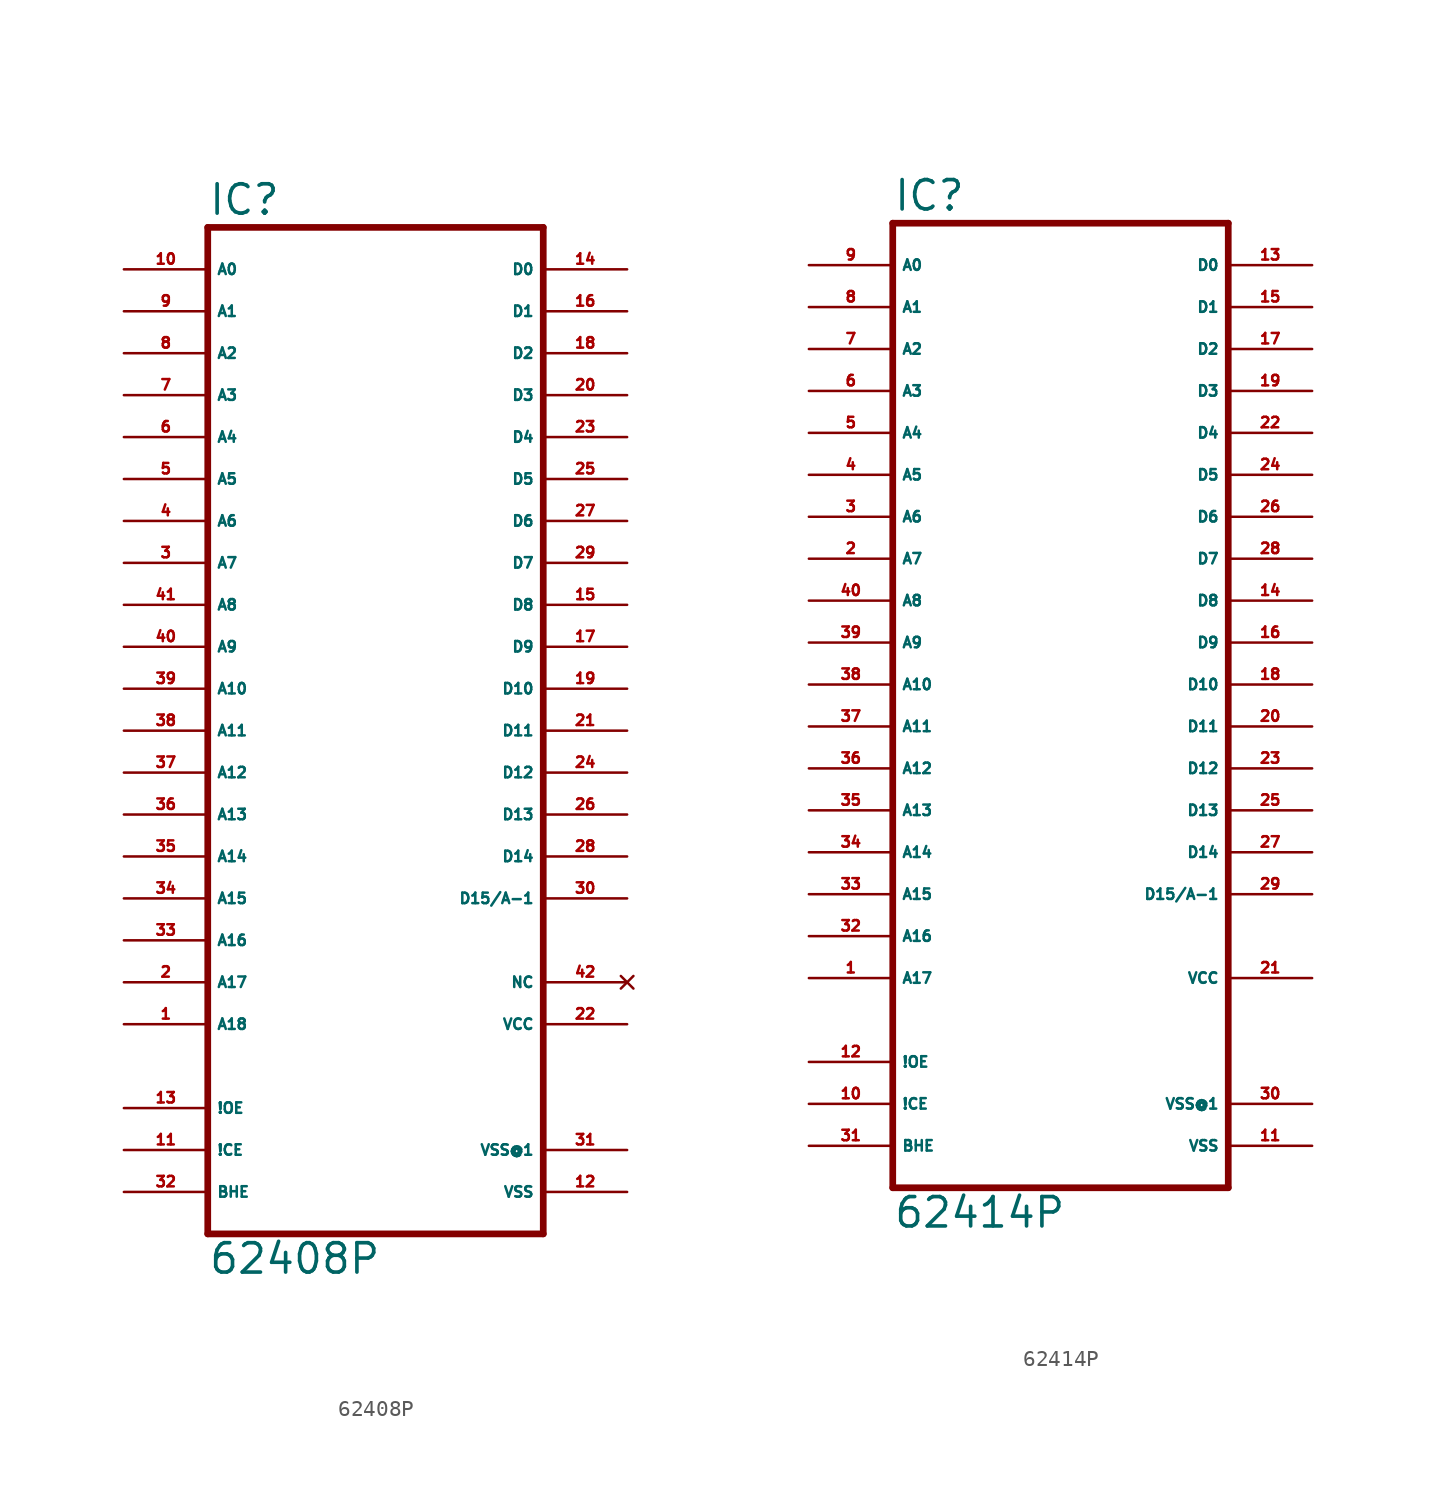
<source format=kicad_sym>
(kicad_symbol_lib
  (version 20220914)
  (generator Eagle2Kicad)
  (symbol "62408P"
    (property "Reference" "IC"
      (at -10.16 28.575 0)
      (effects (font (size 1.778 1.778) (thickness 0.22)) (justify left bottom)))
    (property "Value" "62408P"
      (at -10.16 -35.56 0)
      (effects (font (size 1.778 1.778) (thickness 0.22)) (justify left bottom)))
    (polyline
      (pts (xy -10.16 -33.02) (xy 10.16 -33.02))
      (stroke (width 0.406) (type default))
      (fill (type none)))
    (polyline
      (pts (xy 10.16 27.94) (xy 10.16 -33.02))
      (stroke (width 0.406) (type default))
      (fill (type none)))
    (polyline
      (pts (xy 10.16 27.94) (xy -10.16 27.94))
      (stroke (width 0.406) (type default))
      (fill (type none)))
    (polyline
      (pts (xy -10.16 -33.02) (xy -10.16 27.94))
      (stroke (width 0.406) (type default))
      (fill (type none)))
    (pin input line
      (at -15.24 25.4 0)
      (length 5.08)
      (name "A0" (effects (font (size 0.635 0.635) (thickness 0.08)) (justify left bottom)))
      (number "10" (effects (font (size 0.635 0.635) (thickness 0.08)) (justify left bottom))))
    (pin input line
      (at -15.24 22.86 0)
      (length 5.08)
      (name "A1" (effects (font (size 0.635 0.635) (thickness 0.08)) (justify left bottom)))
      (number "9" (effects (font (size 0.635 0.635) (thickness 0.08)) (justify left bottom))))
    (pin input line
      (at -15.24 20.32 0)
      (length 5.08)
      (name "A2" (effects (font (size 0.635 0.635) (thickness 0.08)) (justify left bottom)))
      (number "8" (effects (font (size 0.635 0.635) (thickness 0.08)) (justify left bottom))))
    (pin input line
      (at -15.24 17.78 0)
      (length 5.08)
      (name "A3" (effects (font (size 0.635 0.635) (thickness 0.08)) (justify left bottom)))
      (number "7" (effects (font (size 0.635 0.635) (thickness 0.08)) (justify left bottom))))
    (pin input line
      (at -15.24 15.24 0)
      (length 5.08)
      (name "A4" (effects (font (size 0.635 0.635) (thickness 0.08)) (justify left bottom)))
      (number "6" (effects (font (size 0.635 0.635) (thickness 0.08)) (justify left bottom))))
    (pin input line
      (at -15.24 12.7 0)
      (length 5.08)
      (name "A5" (effects (font (size 0.635 0.635) (thickness 0.08)) (justify left bottom)))
      (number "5" (effects (font (size 0.635 0.635) (thickness 0.08)) (justify left bottom))))
    (pin input line
      (at -15.24 10.16 0)
      (length 5.08)
      (name "A6" (effects (font (size 0.635 0.635) (thickness 0.08)) (justify left bottom)))
      (number "4" (effects (font (size 0.635 0.635) (thickness 0.08)) (justify left bottom))))
    (pin input line
      (at -15.24 7.62 0)
      (length 5.08)
      (name "A7" (effects (font (size 0.635 0.635) (thickness 0.08)) (justify left bottom)))
      (number "3" (effects (font (size 0.635 0.635) (thickness 0.08)) (justify left bottom))))
    (pin input line
      (at -15.24 5.08 0)
      (length 5.08)
      (name "A8" (effects (font (size 0.635 0.635) (thickness 0.08)) (justify left bottom)))
      (number "41" (effects (font (size 0.635 0.635) (thickness 0.08)) (justify left bottom))))
    (pin input line
      (at -15.24 2.54 0)
      (length 5.08)
      (name "A9" (effects (font (size 0.635 0.635) (thickness 0.08)) (justify left bottom)))
      (number "40" (effects (font (size 0.635 0.635) (thickness 0.08)) (justify left bottom))))
    (pin input line
      (at -15.24 0 0)
      (length 5.08)
      (name "A10" (effects (font (size 0.635 0.635) (thickness 0.08)) (justify left bottom)))
      (number "39" (effects (font (size 0.635 0.635) (thickness 0.08)) (justify left bottom))))
    (pin input line
      (at -15.24 -2.54 0)
      (length 5.08)
      (name "A11" (effects (font (size 0.635 0.635) (thickness 0.08)) (justify left bottom)))
      (number "38" (effects (font (size 0.635 0.635) (thickness 0.08)) (justify left bottom))))
    (pin input line
      (at -15.24 -5.08 0)
      (length 5.08)
      (name "A12" (effects (font (size 0.635 0.635) (thickness 0.08)) (justify left bottom)))
      (number "37" (effects (font (size 0.635 0.635) (thickness 0.08)) (justify left bottom))))
    (pin input line
      (at -15.24 -7.62 0)
      (length 5.08)
      (name "A13" (effects (font (size 0.635 0.635) (thickness 0.08)) (justify left bottom)))
      (number "36" (effects (font (size 0.635 0.635) (thickness 0.08)) (justify left bottom))))
    (pin input line
      (at -15.24 -10.16 0)
      (length 5.08)
      (name "A14" (effects (font (size 0.635 0.635) (thickness 0.08)) (justify left bottom)))
      (number "35" (effects (font (size 0.635 0.635) (thickness 0.08)) (justify left bottom))))
    (pin input line
      (at -15.24 -12.7 0)
      (length 5.08)
      (name "A15" (effects (font (size 0.635 0.635) (thickness 0.08)) (justify left bottom)))
      (number "34" (effects (font (size 0.635 0.635) (thickness 0.08)) (justify left bottom))))
    (pin input line
      (at -15.24 -15.24 0)
      (length 5.08)
      (name "A16" (effects (font (size 0.635 0.635) (thickness 0.08)) (justify left bottom)))
      (number "33" (effects (font (size 0.635 0.635) (thickness 0.08)) (justify left bottom))))
    (pin input line
      (at -15.24 -17.78 0)
      (length 5.08)
      (name "A17" (effects (font (size 0.635 0.635) (thickness 0.08)) (justify left bottom)))
      (number "2" (effects (font (size 0.635 0.635) (thickness 0.08)) (justify left bottom))))
    (pin input line
      (at -15.24 -20.32 0)
      (length 5.08)
      (name "A18" (effects (font (size 0.635 0.635) (thickness 0.08)) (justify left bottom)))
      (number "1" (effects (font (size 0.635 0.635) (thickness 0.08)) (justify left bottom))))
    (pin input line
      (at -15.24 -25.4 0)
      (length 5.08)
      (name "!OE" (effects (font (size 0.635 0.635) (thickness 0.08)) (justify left bottom)))
      (number "13" (effects (font (size 0.635 0.635) (thickness 0.08)) (justify left bottom))))
    (pin input line
      (at -15.24 -27.94 0)
      (length 5.08)
      (name "!CE" (effects (font (size 0.635 0.635) (thickness 0.08)) (justify left bottom)))
      (number "11" (effects (font (size 0.635 0.635) (thickness 0.08)) (justify left bottom))))
    (pin input line
      (at -15.24 -30.48 0)
      (length 5.08)
      (name "BHE" (effects (font (size 0.635 0.635) (thickness 0.08)) (justify left bottom)))
      (number "32" (effects (font (size 0.635 0.635) (thickness 0.08)) (justify left bottom))))
    (pin tri_state line
      (at 15.24 25.4 180)
      (length 5.08)
      (name "D0" (effects (font (size 0.635 0.635) (thickness 0.08)) (justify left bottom)))
      (number "14" (effects (font (size 0.635 0.635) (thickness 0.08)) (justify left bottom))))
    (pin tri_state line
      (at 15.24 22.86 180)
      (length 5.08)
      (name "D1" (effects (font (size 0.635 0.635) (thickness 0.08)) (justify left bottom)))
      (number "16" (effects (font (size 0.635 0.635) (thickness 0.08)) (justify left bottom))))
    (pin tri_state line
      (at 15.24 20.32 180)
      (length 5.08)
      (name "D2" (effects (font (size 0.635 0.635) (thickness 0.08)) (justify left bottom)))
      (number "18" (effects (font (size 0.635 0.635) (thickness 0.08)) (justify left bottom))))
    (pin tri_state line
      (at 15.24 17.78 180)
      (length 5.08)
      (name "D3" (effects (font (size 0.635 0.635) (thickness 0.08)) (justify left bottom)))
      (number "20" (effects (font (size 0.635 0.635) (thickness 0.08)) (justify left bottom))))
    (pin tri_state line
      (at 15.24 15.24 180)
      (length 5.08)
      (name "D4" (effects (font (size 0.635 0.635) (thickness 0.08)) (justify left bottom)))
      (number "23" (effects (font (size 0.635 0.635) (thickness 0.08)) (justify left bottom))))
    (pin tri_state line
      (at 15.24 12.7 180)
      (length 5.08)
      (name "D5" (effects (font (size 0.635 0.635) (thickness 0.08)) (justify left bottom)))
      (number "25" (effects (font (size 0.635 0.635) (thickness 0.08)) (justify left bottom))))
    (pin tri_state line
      (at 15.24 10.16 180)
      (length 5.08)
      (name "D6" (effects (font (size 0.635 0.635) (thickness 0.08)) (justify left bottom)))
      (number "27" (effects (font (size 0.635 0.635) (thickness 0.08)) (justify left bottom))))
    (pin tri_state line
      (at 15.24 7.62 180)
      (length 5.08)
      (name "D7" (effects (font (size 0.635 0.635) (thickness 0.08)) (justify left bottom)))
      (number "29" (effects (font (size 0.635 0.635) (thickness 0.08)) (justify left bottom))))
    (pin tri_state line
      (at 15.24 5.08 180)
      (length 5.08)
      (name "D8" (effects (font (size 0.635 0.635) (thickness 0.08)) (justify left bottom)))
      (number "15" (effects (font (size 0.635 0.635) (thickness 0.08)) (justify left bottom))))
    (pin tri_state line
      (at 15.24 2.54 180)
      (length 5.08)
      (name "D9" (effects (font (size 0.635 0.635) (thickness 0.08)) (justify left bottom)))
      (number "17" (effects (font (size 0.635 0.635) (thickness 0.08)) (justify left bottom))))
    (pin tri_state line
      (at 15.24 0 180)
      (length 5.08)
      (name "D10" (effects (font (size 0.635 0.635) (thickness 0.08)) (justify left bottom)))
      (number "19" (effects (font (size 0.635 0.635) (thickness 0.08)) (justify left bottom))))
    (pin tri_state line
      (at 15.24 -2.54 180)
      (length 5.08)
      (name "D11" (effects (font (size 0.635 0.635) (thickness 0.08)) (justify left bottom)))
      (number "21" (effects (font (size 0.635 0.635) (thickness 0.08)) (justify left bottom))))
    (pin tri_state line
      (at 15.24 -5.08 180)
      (length 5.08)
      (name "D12" (effects (font (size 0.635 0.635) (thickness 0.08)) (justify left bottom)))
      (number "24" (effects (font (size 0.635 0.635) (thickness 0.08)) (justify left bottom))))
    (pin tri_state line
      (at 15.24 -7.62 180)
      (length 5.08)
      (name "D13" (effects (font (size 0.635 0.635) (thickness 0.08)) (justify left bottom)))
      (number "26" (effects (font (size 0.635 0.635) (thickness 0.08)) (justify left bottom))))
    (pin tri_state line
      (at 15.24 -10.16 180)
      (length 5.08)
      (name "D14" (effects (font (size 0.635 0.635) (thickness 0.08)) (justify left bottom)))
      (number "28" (effects (font (size 0.635 0.635) (thickness 0.08)) (justify left bottom))))
    (pin no_connect line
      (at 15.24 -17.78 180)
      (length 5.08)
      (name "NC" (effects (font (size 0.635 0.635) (thickness 0.08)) (justify left bottom) hide))
      (number "42" (effects (font (size 0.635 0.635) (thickness 0.08)) (justify left bottom) hide)))
    (pin unspecified line
      (at 15.24 -30.48 180)
      (length 5.08)
      (name "VSS" (effects (font (size 0.635 0.635) (thickness 0.08)) (justify left bottom)))
      (number "12" (effects (font (size 0.635 0.635) (thickness 0.08)) (justify left bottom))))
    (pin unspecified line
      (at 15.24 -20.32 180)
      (length 5.08)
      (name "VCC" (effects (font (size 0.635 0.635) (thickness 0.08)) (justify left bottom)))
      (number "22" (effects (font (size 0.635 0.635) (thickness 0.08)) (justify left bottom))))
    (pin unspecified line
      (at 15.24 -27.94 180)
      (length 5.08)
      (name "VSS@1" (effects (font (size 0.635 0.635) (thickness 0.08)) (justify left bottom)))
      (number "31" (effects (font (size 0.635 0.635) (thickness 0.08)) (justify left bottom))))
    (pin tri_state line
      (at 15.24 -12.7 180)
      (length 5.08)
      (name "D15/A-1" (effects (font (size 0.635 0.635) (thickness 0.08)) (justify left bottom)))
      (number "30" (effects (font (size 0.635 0.635) (thickness 0.08)) (justify left bottom)))))
  (symbol "62414P"
    (property "Reference" "IC"
      (at -10.16 33.655 0)
      (effects (font (size 1.778 1.778) (thickness 0.22)) (justify left bottom)))
    (property "Value" "62414P"
      (at -10.16 -27.94 0)
      (effects (font (size 1.778 1.778) (thickness 0.22)) (justify left bottom)))
    (polyline
      (pts (xy -10.16 -25.4) (xy 10.16 -25.4))
      (stroke (width 0.406) (type default))
      (fill (type none)))
    (polyline
      (pts (xy 10.16 33.02) (xy 10.16 -25.4))
      (stroke (width 0.406) (type default))
      (fill (type none)))
    (polyline
      (pts (xy 10.16 33.02) (xy -10.16 33.02))
      (stroke (width 0.406) (type default))
      (fill (type none)))
    (polyline
      (pts (xy -10.16 -25.4) (xy -10.16 33.02))
      (stroke (width 0.406) (type default))
      (fill (type none)))
    (pin input line
      (at -15.24 30.48 0)
      (length 5.08)
      (name "A0" (effects (font (size 0.635 0.635) (thickness 0.08)) (justify left bottom)))
      (number "9" (effects (font (size 0.635 0.635) (thickness 0.08)) (justify left bottom))))
    (pin input line
      (at -15.24 27.94 0)
      (length 5.08)
      (name "A1" (effects (font (size 0.635 0.635) (thickness 0.08)) (justify left bottom)))
      (number "8" (effects (font (size 0.635 0.635) (thickness 0.08)) (justify left bottom))))
    (pin input line
      (at -15.24 25.4 0)
      (length 5.08)
      (name "A2" (effects (font (size 0.635 0.635) (thickness 0.08)) (justify left bottom)))
      (number "7" (effects (font (size 0.635 0.635) (thickness 0.08)) (justify left bottom))))
    (pin input line
      (at -15.24 22.86 0)
      (length 5.08)
      (name "A3" (effects (font (size 0.635 0.635) (thickness 0.08)) (justify left bottom)))
      (number "6" (effects (font (size 0.635 0.635) (thickness 0.08)) (justify left bottom))))
    (pin input line
      (at -15.24 20.32 0)
      (length 5.08)
      (name "A4" (effects (font (size 0.635 0.635) (thickness 0.08)) (justify left bottom)))
      (number "5" (effects (font (size 0.635 0.635) (thickness 0.08)) (justify left bottom))))
    (pin input line
      (at -15.24 17.78 0)
      (length 5.08)
      (name "A5" (effects (font (size 0.635 0.635) (thickness 0.08)) (justify left bottom)))
      (number "4" (effects (font (size 0.635 0.635) (thickness 0.08)) (justify left bottom))))
    (pin input line
      (at -15.24 15.24 0)
      (length 5.08)
      (name "A6" (effects (font (size 0.635 0.635) (thickness 0.08)) (justify left bottom)))
      (number "3" (effects (font (size 0.635 0.635) (thickness 0.08)) (justify left bottom))))
    (pin input line
      (at -15.24 12.7 0)
      (length 5.08)
      (name "A7" (effects (font (size 0.635 0.635) (thickness 0.08)) (justify left bottom)))
      (number "2" (effects (font (size 0.635 0.635) (thickness 0.08)) (justify left bottom))))
    (pin input line
      (at -15.24 10.16 0)
      (length 5.08)
      (name "A8" (effects (font (size 0.635 0.635) (thickness 0.08)) (justify left bottom)))
      (number "40" (effects (font (size 0.635 0.635) (thickness 0.08)) (justify left bottom))))
    (pin input line
      (at -15.24 7.62 0)
      (length 5.08)
      (name "A9" (effects (font (size 0.635 0.635) (thickness 0.08)) (justify left bottom)))
      (number "39" (effects (font (size 0.635 0.635) (thickness 0.08)) (justify left bottom))))
    (pin input line
      (at -15.24 5.08 0)
      (length 5.08)
      (name "A10" (effects (font (size 0.635 0.635) (thickness 0.08)) (justify left bottom)))
      (number "38" (effects (font (size 0.635 0.635) (thickness 0.08)) (justify left bottom))))
    (pin input line
      (at -15.24 2.54 0)
      (length 5.08)
      (name "A11" (effects (font (size 0.635 0.635) (thickness 0.08)) (justify left bottom)))
      (number "37" (effects (font (size 0.635 0.635) (thickness 0.08)) (justify left bottom))))
    (pin input line
      (at -15.24 0 0)
      (length 5.08)
      (name "A12" (effects (font (size 0.635 0.635) (thickness 0.08)) (justify left bottom)))
      (number "36" (effects (font (size 0.635 0.635) (thickness 0.08)) (justify left bottom))))
    (pin input line
      (at -15.24 -2.54 0)
      (length 5.08)
      (name "A13" (effects (font (size 0.635 0.635) (thickness 0.08)) (justify left bottom)))
      (number "35" (effects (font (size 0.635 0.635) (thickness 0.08)) (justify left bottom))))
    (pin input line
      (at -15.24 -5.08 0)
      (length 5.08)
      (name "A14" (effects (font (size 0.635 0.635) (thickness 0.08)) (justify left bottom)))
      (number "34" (effects (font (size 0.635 0.635) (thickness 0.08)) (justify left bottom))))
    (pin input line
      (at -15.24 -7.62 0)
      (length 5.08)
      (name "A15" (effects (font (size 0.635 0.635) (thickness 0.08)) (justify left bottom)))
      (number "33" (effects (font (size 0.635 0.635) (thickness 0.08)) (justify left bottom))))
    (pin input line
      (at -15.24 -10.16 0)
      (length 5.08)
      (name "A16" (effects (font (size 0.635 0.635) (thickness 0.08)) (justify left bottom)))
      (number "32" (effects (font (size 0.635 0.635) (thickness 0.08)) (justify left bottom))))
    (pin input line
      (at -15.24 -12.7 0)
      (length 5.08)
      (name "A17" (effects (font (size 0.635 0.635) (thickness 0.08)) (justify left bottom)))
      (number "1" (effects (font (size 0.635 0.635) (thickness 0.08)) (justify left bottom))))
    (pin input line
      (at -15.24 -17.78 0)
      (length 5.08)
      (name "!OE" (effects (font (size 0.635 0.635) (thickness 0.08)) (justify left bottom)))
      (number "12" (effects (font (size 0.635 0.635) (thickness 0.08)) (justify left bottom))))
    (pin input line
      (at -15.24 -20.32 0)
      (length 5.08)
      (name "!CE" (effects (font (size 0.635 0.635) (thickness 0.08)) (justify left bottom)))
      (number "10" (effects (font (size 0.635 0.635) (thickness 0.08)) (justify left bottom))))
    (pin input line
      (at -15.24 -22.86 0)
      (length 5.08)
      (name "BHE" (effects (font (size 0.635 0.635) (thickness 0.08)) (justify left bottom)))
      (number "31" (effects (font (size 0.635 0.635) (thickness 0.08)) (justify left bottom))))
    (pin unspecified line
      (at 15.24 -22.86 180)
      (length 5.08)
      (name "VSS" (effects (font (size 0.635 0.635) (thickness 0.08)) (justify left bottom)))
      (number "11" (effects (font (size 0.635 0.635) (thickness 0.08)) (justify left bottom))))
    (pin unspecified line
      (at 15.24 -20.32 180)
      (length 5.08)
      (name "VSS@1" (effects (font (size 0.635 0.635) (thickness 0.08)) (justify left bottom)))
      (number "30" (effects (font (size 0.635 0.635) (thickness 0.08)) (justify left bottom))))
    (pin unspecified line
      (at 15.24 -12.7 180)
      (length 5.08)
      (name "VCC" (effects (font (size 0.635 0.635) (thickness 0.08)) (justify left bottom)))
      (number "21" (effects (font (size 0.635 0.635) (thickness 0.08)) (justify left bottom))))
    (pin tri_state line
      (at 15.24 30.48 180)
      (length 5.08)
      (name "D0" (effects (font (size 0.635 0.635) (thickness 0.08)) (justify left bottom)))
      (number "13" (effects (font (size 0.635 0.635) (thickness 0.08)) (justify left bottom))))
    (pin tri_state line
      (at 15.24 27.94 180)
      (length 5.08)
      (name "D1" (effects (font (size 0.635 0.635) (thickness 0.08)) (justify left bottom)))
      (number "15" (effects (font (size 0.635 0.635) (thickness 0.08)) (justify left bottom))))
    (pin tri_state line
      (at 15.24 25.4 180)
      (length 5.08)
      (name "D2" (effects (font (size 0.635 0.635) (thickness 0.08)) (justify left bottom)))
      (number "17" (effects (font (size 0.635 0.635) (thickness 0.08)) (justify left bottom))))
    (pin tri_state line
      (at 15.24 22.86 180)
      (length 5.08)
      (name "D3" (effects (font (size 0.635 0.635) (thickness 0.08)) (justify left bottom)))
      (number "19" (effects (font (size 0.635 0.635) (thickness 0.08)) (justify left bottom))))
    (pin tri_state line
      (at 15.24 20.32 180)
      (length 5.08)
      (name "D4" (effects (font (size 0.635 0.635) (thickness 0.08)) (justify left bottom)))
      (number "22" (effects (font (size 0.635 0.635) (thickness 0.08)) (justify left bottom))))
    (pin tri_state line
      (at 15.24 17.78 180)
      (length 5.08)
      (name "D5" (effects (font (size 0.635 0.635) (thickness 0.08)) (justify left bottom)))
      (number "24" (effects (font (size 0.635 0.635) (thickness 0.08)) (justify left bottom))))
    (pin tri_state line
      (at 15.24 15.24 180)
      (length 5.08)
      (name "D6" (effects (font (size 0.635 0.635) (thickness 0.08)) (justify left bottom)))
      (number "26" (effects (font (size 0.635 0.635) (thickness 0.08)) (justify left bottom))))
    (pin tri_state line
      (at 15.24 12.7 180)
      (length 5.08)
      (name "D7" (effects (font (size 0.635 0.635) (thickness 0.08)) (justify left bottom)))
      (number "28" (effects (font (size 0.635 0.635) (thickness 0.08)) (justify left bottom))))
    (pin tri_state line
      (at 15.24 10.16 180)
      (length 5.08)
      (name "D8" (effects (font (size 0.635 0.635) (thickness 0.08)) (justify left bottom)))
      (number "14" (effects (font (size 0.635 0.635) (thickness 0.08)) (justify left bottom))))
    (pin tri_state line
      (at 15.24 7.62 180)
      (length 5.08)
      (name "D9" (effects (font (size 0.635 0.635) (thickness 0.08)) (justify left bottom)))
      (number "16" (effects (font (size 0.635 0.635) (thickness 0.08)) (justify left bottom))))
    (pin tri_state line
      (at 15.24 5.08 180)
      (length 5.08)
      (name "D10" (effects (font (size 0.635 0.635) (thickness 0.08)) (justify left bottom)))
      (number "18" (effects (font (size 0.635 0.635) (thickness 0.08)) (justify left bottom))))
    (pin tri_state line
      (at 15.24 2.54 180)
      (length 5.08)
      (name "D11" (effects (font (size 0.635 0.635) (thickness 0.08)) (justify left bottom)))
      (number "20" (effects (font (size 0.635 0.635) (thickness 0.08)) (justify left bottom))))
    (pin tri_state line
      (at 15.24 0 180)
      (length 5.08)
      (name "D12" (effects (font (size 0.635 0.635) (thickness 0.08)) (justify left bottom)))
      (number "23" (effects (font (size 0.635 0.635) (thickness 0.08)) (justify left bottom))))
    (pin tri_state line
      (at 15.24 -2.54 180)
      (length 5.08)
      (name "D13" (effects (font (size 0.635 0.635) (thickness 0.08)) (justify left bottom)))
      (number "25" (effects (font (size 0.635 0.635) (thickness 0.08)) (justify left bottom))))
    (pin tri_state line
      (at 15.24 -5.08 180)
      (length 5.08)
      (name "D14" (effects (font (size 0.635 0.635) (thickness 0.08)) (justify left bottom)))
      (number "27" (effects (font (size 0.635 0.635) (thickness 0.08)) (justify left bottom))))
    (pin tri_state line
      (at 15.24 -7.62 180)
      (length 5.08)
      (name "D15/A-1" (effects (font (size 0.635 0.635) (thickness 0.08)) (justify left bottom)))
      (number "29" (effects (font (size 0.635 0.635) (thickness 0.08)) (justify left bottom))))))
</source>
